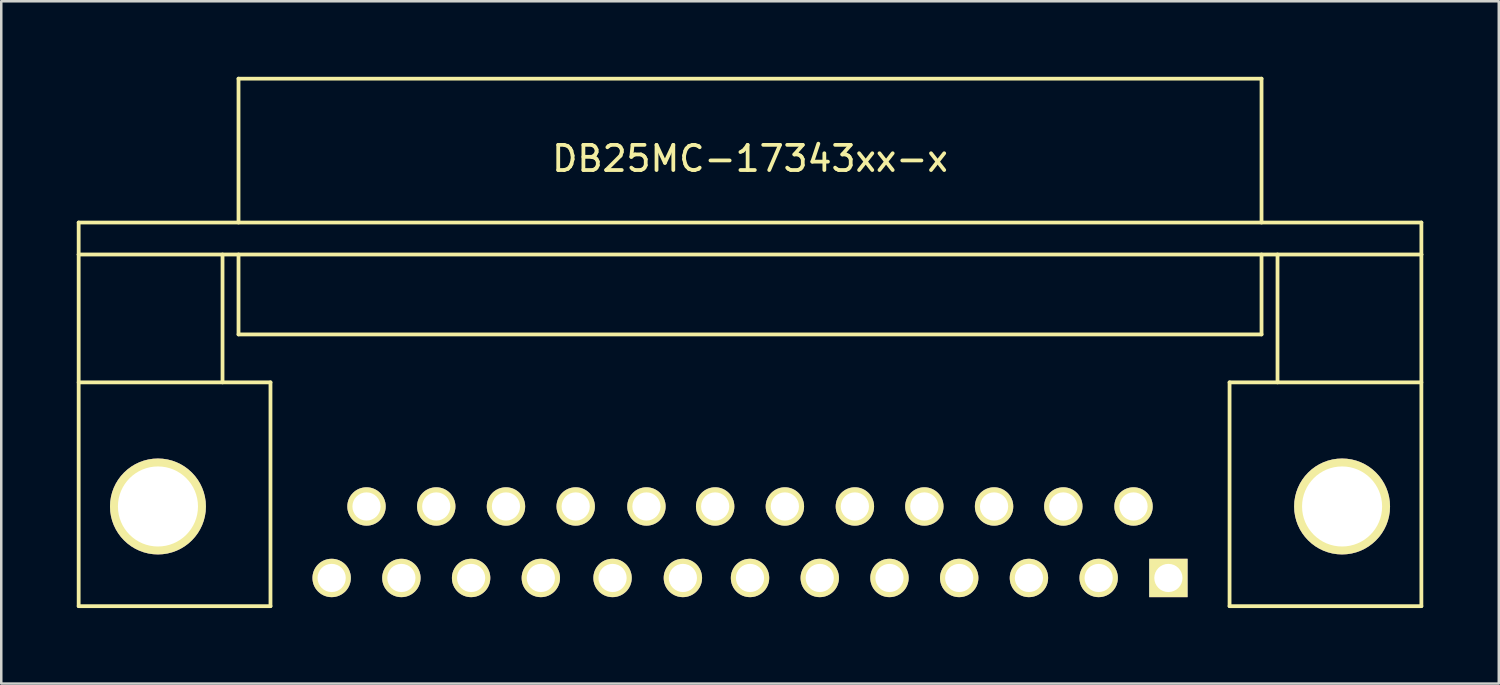
<source format=kicad_pcb>
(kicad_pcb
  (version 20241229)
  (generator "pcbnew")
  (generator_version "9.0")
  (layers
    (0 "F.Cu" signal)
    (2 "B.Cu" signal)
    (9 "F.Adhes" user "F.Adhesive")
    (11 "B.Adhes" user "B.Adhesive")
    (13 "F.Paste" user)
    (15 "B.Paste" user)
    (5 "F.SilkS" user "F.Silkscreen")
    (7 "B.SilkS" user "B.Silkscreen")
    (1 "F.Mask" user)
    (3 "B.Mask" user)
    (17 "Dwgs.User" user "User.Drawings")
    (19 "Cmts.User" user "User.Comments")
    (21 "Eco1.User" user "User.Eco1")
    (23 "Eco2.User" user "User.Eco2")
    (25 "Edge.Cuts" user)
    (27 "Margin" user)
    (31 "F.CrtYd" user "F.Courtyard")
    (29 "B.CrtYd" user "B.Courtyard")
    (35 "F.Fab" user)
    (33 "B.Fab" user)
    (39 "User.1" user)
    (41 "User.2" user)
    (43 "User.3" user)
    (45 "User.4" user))
  (footprint "DB25MC-17343xx-x"
    (layer "F.Cu")
    (at 26.745 18.49)
    (property "Reference" "DB25MC-17343xx-x" (at 0 -15.24 0) (layer "F.SilkS") (effects (font (size 1 1) (thickness 0.15))))
    (attr through_hole)
    (fp_line (start -26.67 -12.7) (end -26.67 -11.43) (stroke (width 0.15) (type solid)) (layer "F.SilkS"))
    (fp_line (start -26.67 -11.43) (end 26.67 -11.43) (stroke (width 0.15) (type solid)) (layer "F.SilkS"))
    (fp_line (start -26.67 -6.35) (end -19.05 -6.35) (stroke (width 0.15) (type solid)) (layer "F.SilkS"))
    (fp_line (start -26.67 2.54) (end -26.67 -11.43) (stroke (width 0.15) (type solid)) (layer "F.SilkS"))
    (fp_line (start -26.67 2.54) (end -19.05 2.54) (stroke (width 0.15) (type solid)) (layer "F.SilkS"))
    (fp_line (start -20.955 -11.43) (end -20.955 -6.35) (stroke (width 0.15) (type solid)) (layer "F.SilkS"))
    (fp_line (start -20.32 -18.415) (end -20.32 -12.7) (stroke (width 0.15) (type solid)) (layer "F.SilkS"))
    (fp_line (start -20.32 -18.415) (end 20.32 -18.415) (stroke (width 0.15) (type solid)) (layer "F.SilkS"))
    (fp_line (start -20.32 -8.255) (end -20.32 -11.43) (stroke (width 0.15) (type solid)) (layer "F.SilkS"))
    (fp_line (start -20.32 -8.255) (end 20.32 -8.255) (stroke (width 0.15) (type solid)) (layer "F.SilkS"))
    (fp_line (start -19.05 -6.35) (end -19.05 2.54) (stroke (width 0.15) (type solid)) (layer "F.SilkS"))
    (fp_line (start 19.05 -6.35) (end 19.05 2.54) (stroke (width 0.15) (type solid)) (layer "F.SilkS"))
    (fp_line (start 19.05 2.54) (end 26.67 2.54) (stroke (width 0.15) (type solid)) (layer "F.SilkS"))
    (fp_line (start 20.32 -18.415) (end 20.32 -12.7) (stroke (width 0.15) (type solid)) (layer "F.SilkS"))
    (fp_line (start 20.32 -8.255) (end 20.32 -11.43) (stroke (width 0.15) (type solid)) (layer "F.SilkS"))
    (fp_line (start 20.955 -11.43) (end 20.955 -6.35) (stroke (width 0.15) (type solid)) (layer "F.SilkS"))
    (fp_line (start 26.67 -12.7) (end -26.67 -12.7) (stroke (width 0.15) (type solid)) (layer "F.SilkS"))
    (fp_line (start 26.67 -11.43) (end 26.67 -12.7) (stroke (width 0.15) (type solid)) (layer "F.SilkS"))
    (fp_line (start 26.67 -11.43) (end 26.67 2.54) (stroke (width 0.15) (type solid)) (layer "F.SilkS"))
    (fp_line (start 26.67 -6.35) (end 19.05 -6.35) (stroke (width 0.15) (type solid)) (layer "F.SilkS"))
    (pad "" thru_hole circle (at -23.52 -1.42) (size 3.81 3.81) (drill 3.18) (layers "*.Cu" "*.Mask" "F.SilkS"))
    (pad "" thru_hole circle (at 23.52 -1.42) (size 3.81 3.81) (drill 3.18) (layers "*.Cu" "*.Mask" "F.SilkS"))
    (pad "1" thru_hole rect (at 16.62 1.42) (size 1.524 1.524) (drill 1.12) (layers "*.Cu" "*.Mask" "F.SilkS"))
    (pad "2" thru_hole circle (at 13.85 1.42) (size 1.524 1.524) (drill 1.12) (layers "*.Cu" "*.Mask" "F.SilkS"))
    (pad "3" thru_hole circle (at 11.08 1.42) (size 1.524 1.524) (drill 1.12) (layers "*.Cu" "*.Mask" "F.SilkS"))
    (pad "4" thru_hole circle (at 8.31 1.42) (size 1.524 1.524) (drill 1.12) (layers "*.Cu" "*.Mask" "F.SilkS"))
    (pad "5" thru_hole circle (at 5.54 1.42) (size 1.524 1.524) (drill 1.12) (layers "*.Cu" "*.Mask" "F.SilkS"))
    (pad "6" thru_hole circle (at 2.77 1.42) (size 1.524 1.524) (drill 1.12) (layers "*.Cu" "*.Mask" "F.SilkS"))
    (pad "7" thru_hole circle (at 0 1.42) (size 1.524 1.524) (drill 1.12) (layers "*.Cu" "*.Mask" "F.SilkS"))
    (pad "8" thru_hole circle (at -2.667 1.42) (size 1.524 1.524) (drill 1.12) (layers "*.Cu" "*.Mask" "F.SilkS"))
    (pad "9" thru_hole circle (at -5.461 1.42) (size 1.524 1.524) (drill 1.12) (layers "*.Cu" "*.Mask" "F.SilkS"))
    (pad "10" thru_hole circle (at -8.31 1.42) (size 1.524 1.524) (drill 1.12) (layers "*.Cu" "*.Mask" "F.SilkS"))
    (pad "11" thru_hole circle (at -11.08 1.42) (size 1.524 1.524) (drill 1.12) (layers "*.Cu" "*.Mask" "F.SilkS"))
    (pad "12" thru_hole circle (at -13.85 1.42) (size 1.524 1.524) (drill 1.12) (layers "*.Cu" "*.Mask" "F.SilkS"))
    (pad "13" thru_hole circle (at -16.62 1.42) (size 1.524 1.524) (drill 1.12) (layers "*.Cu" "*.Mask" "F.SilkS"))
    (pad "14" thru_hole circle (at 15.235 -1.42) (size 1.524 1.524) (drill 1.12) (layers "*.Cu" "*.Mask" "F.SilkS"))
    (pad "15" thru_hole circle (at 12.446 -1.42) (size 1.524 1.524) (drill 1.12) (layers "*.Cu" "*.Mask" "F.SilkS"))
    (pad "16" thru_hole circle (at 9.695 -1.42) (size 1.524 1.524) (drill 1.12) (layers "*.Cu" "*.Mask" "F.SilkS"))
    (pad "17" thru_hole circle (at 6.925 -1.42) (size 1.524 1.524) (drill 1.12) (layers "*.Cu" "*.Mask" "F.SilkS"))
    (pad "18" thru_hole circle (at 4.166 -1.42) (size 1.524 1.524) (drill 1.12) (layers "*.Cu" "*.Mask" "F.SilkS"))
    (pad "19" thru_hole circle (at 1.385 -1.42) (size 1.524 1.524) (drill 1.12) (layers "*.Cu" "*.Mask" "F.SilkS"))
    (pad "20" thru_hole circle (at -1.385 -1.42) (size 1.524 1.524) (drill 1.12) (layers "*.Cu" "*.Mask" "F.SilkS"))
    (pad "21" thru_hole circle (at -4.115 -1.42) (size 1.524 1.524) (drill 1.12) (layers "*.Cu" "*.Mask" "F.SilkS"))
    (pad "22" thru_hole circle (at -6.925 -1.42) (size 1.524 1.524) (drill 1.12) (layers "*.Cu" "*.Mask" "F.SilkS"))
    (pad "23" thru_hole circle (at -9.695 -1.42) (size 1.524 1.524) (drill 1.12) (layers "*.Cu" "*.Mask" "F.SilkS"))
    (pad "24" thru_hole circle (at -12.465 -1.42) (size 1.524 1.524) (drill 1.12) (layers "*.Cu" "*.Mask" "F.SilkS"))
    (pad "25" thru_hole circle (at -15.235 -1.42) (size 1.524 1.524) (drill 1.12) (layers "*.Cu" "*.Mask" "F.SilkS")))
  (gr_rect
    (start -3 -3)
    (end 56.49 24.105)
    (stroke (width 0.1) (type default))
    (fill no)
    (layer "Edge.Cuts")))
</source>
